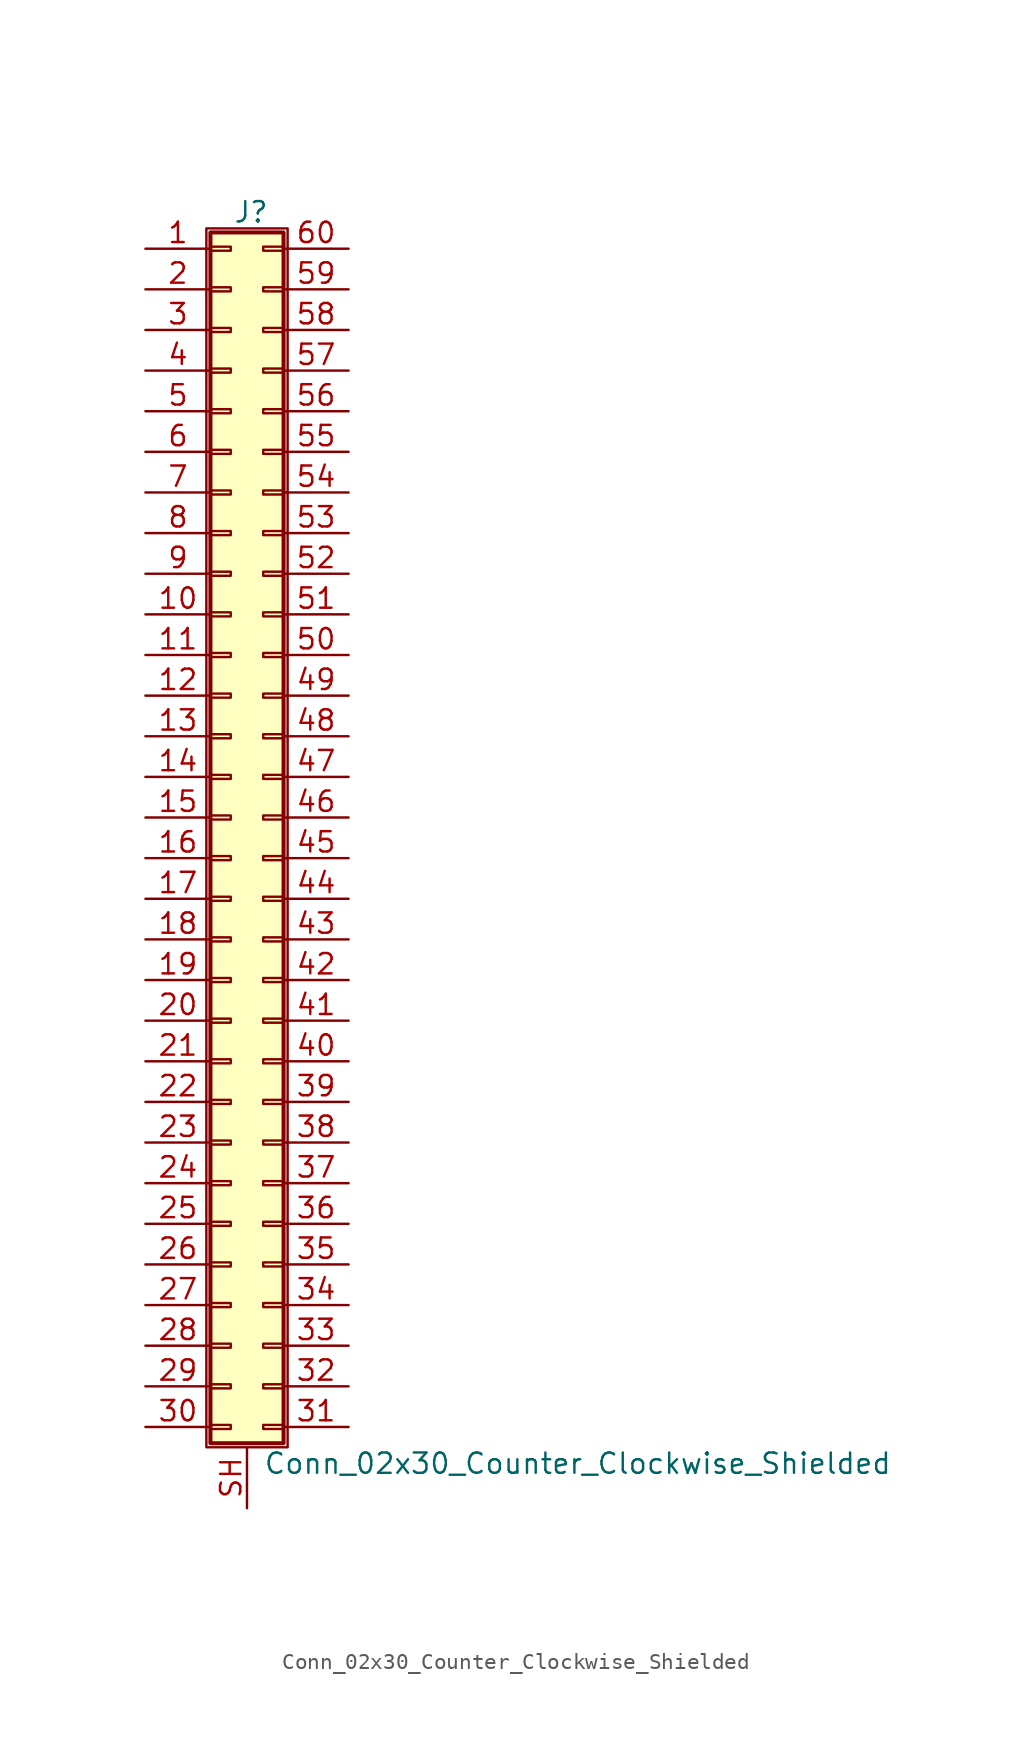
<source format=kicad_sym>
(kicad_symbol_lib
  (version 20201005)
  (generator kicad_symbol_editor)
  (symbol "Conn_02x30_Counter_Clockwise_Shielded"
    (pin_names
      (offset 1.016) hide)
    (property "Reference" "J"
      (at 1.524 37.846 0)
      (effects (font (size 1.27 1.27))))
    (property "Value" "Conn_02x30_Counter_Clockwise_Shielded"
      (at 2.286 -40.386 0)
      (effects (font (size 1.27 1.27)) (justify left)))
    (symbol "Conn_02x30_Counter_Clockwise_Shielded_1_1"
      (rectangle (start -1.27 36.83) (end 3.81 -39.37) (stroke (width 0.152)) (fill (type none)))
      (rectangle (start -1.016 -37.973) (end 0.254 -38.227) (stroke (width 0.152)) (fill (type none)))
      (rectangle (start -1.016 -35.433) (end 0.254 -35.687) (stroke (width 0.152)) (fill (type none)))
      (rectangle (start -1.016 -32.893) (end 0.254 -33.147) (stroke (width 0.152)) (fill (type none)))
      (rectangle (start -1.016 -30.353) (end 0.254 -30.607) (stroke (width 0.152)) (fill (type none)))
      (rectangle (start -1.016 -27.813) (end 0.254 -28.067) (stroke (width 0.152)) (fill (type none)))
      (rectangle (start -1.016 -25.273) (end 0.254 -25.527) (stroke (width 0.152)) (fill (type none)))
      (rectangle (start -1.016 -22.733) (end 0.254 -22.987) (stroke (width 0.152)) (fill (type none)))
      (rectangle (start -1.016 -20.193) (end 0.254 -20.447) (stroke (width 0.152)) (fill (type none)))
      (rectangle (start -1.016 -17.653) (end 0.254 -17.907) (stroke (width 0.152)) (fill (type none)))
      (rectangle (start -1.016 -15.113) (end 0.254 -15.367) (stroke (width 0.152)) (fill (type none)))
      (rectangle (start -1.016 -12.573) (end 0.254 -12.827) (stroke (width 0.152)) (fill (type none)))
      (rectangle (start -1.016 -10.033) (end 0.254 -10.287) (stroke (width 0.152)) (fill (type none)))
      (rectangle (start -1.016 -7.493) (end 0.254 -7.747) (stroke (width 0.152)) (fill (type none)))
      (rectangle (start -1.016 -4.953) (end 0.254 -5.207) (stroke (width 0.152)) (fill (type none)))
      (rectangle (start -1.016 -2.413) (end 0.254 -2.667) (stroke (width 0.152)) (fill (type none)))
      (rectangle (start -1.016 0.127) (end 0.254 -0.127) (stroke (width 0.152)) (fill (type none)))
      (rectangle (start -1.016 2.667) (end 0.254 2.413) (stroke (width 0.152)) (fill (type none)))
      (rectangle (start -1.016 5.207) (end 0.254 4.953) (stroke (width 0.152)) (fill (type none)))
      (rectangle (start -1.016 7.747) (end 0.254 7.493) (stroke (width 0.152)) (fill (type none)))
      (rectangle (start -1.016 10.287) (end 0.254 10.033) (stroke (width 0.152)) (fill (type none)))
      (rectangle (start -1.016 12.827) (end 0.254 12.573) (stroke (width 0.152)) (fill (type none)))
      (rectangle (start -1.016 15.367) (end 0.254 15.113) (stroke (width 0.152)) (fill (type none)))
      (rectangle (start -1.016 17.907) (end 0.254 17.653) (stroke (width 0.152)) (fill (type none)))
      (rectangle (start -1.016 20.447) (end 0.254 20.193) (stroke (width 0.152)) (fill (type none)))
      (rectangle (start -1.016 22.987) (end 0.254 22.733) (stroke (width 0.152)) (fill (type none)))
      (rectangle (start -1.016 25.527) (end 0.254 25.273) (stroke (width 0.152)) (fill (type none)))
      (rectangle (start -1.016 28.067) (end 0.254 27.813) (stroke (width 0.152)) (fill (type none)))
      (rectangle (start -1.016 30.607) (end 0.254 30.353) (stroke (width 0.152)) (fill (type none)))
      (rectangle (start -1.016 33.147) (end 0.254 32.893) (stroke (width 0.152)) (fill (type none)))
      (rectangle (start -1.016 35.687) (end 0.254 35.433) (stroke (width 0.152)) (fill (type none)))
      (rectangle (start -1.016 36.576) (end 3.556 -39.116) (stroke (width 0.254)) (fill (type background)))
      (rectangle (start 3.556 -37.973) (end 2.286 -38.227) (stroke (width 0.152)) (fill (type none)))
      (rectangle (start 3.556 -35.433) (end 2.286 -35.687) (stroke (width 0.152)) (fill (type none)))
      (rectangle (start 3.556 -32.893) (end 2.286 -33.147) (stroke (width 0.152)) (fill (type none)))
      (rectangle (start 3.556 -30.353) (end 2.286 -30.607) (stroke (width 0.152)) (fill (type none)))
      (rectangle (start 3.556 -27.813) (end 2.286 -28.067) (stroke (width 0.152)) (fill (type none)))
      (rectangle (start 3.556 -25.273) (end 2.286 -25.527) (stroke (width 0.152)) (fill (type none)))
      (rectangle (start 3.556 -22.733) (end 2.286 -22.987) (stroke (width 0.152)) (fill (type none)))
      (rectangle (start 3.556 -20.193) (end 2.286 -20.447) (stroke (width 0.152)) (fill (type none)))
      (rectangle (start 3.556 -17.653) (end 2.286 -17.907) (stroke (width 0.152)) (fill (type none)))
      (rectangle (start 3.556 -15.113) (end 2.286 -15.367) (stroke (width 0.152)) (fill (type none)))
      (rectangle (start 3.556 -12.573) (end 2.286 -12.827) (stroke (width 0.152)) (fill (type none)))
      (rectangle (start 3.556 -10.033) (end 2.286 -10.287) (stroke (width 0.152)) (fill (type none)))
      (rectangle (start 3.556 -7.493) (end 2.286 -7.747) (stroke (width 0.152)) (fill (type none)))
      (rectangle (start 3.556 -4.953) (end 2.286 -5.207) (stroke (width 0.152)) (fill (type none)))
      (rectangle (start 3.556 -2.413) (end 2.286 -2.667) (stroke (width 0.152)) (fill (type none)))
      (rectangle (start 3.556 0.127) (end 2.286 -0.127) (stroke (width 0.152)) (fill (type none)))
      (rectangle (start 3.556 2.667) (end 2.286 2.413) (stroke (width 0.152)) (fill (type none)))
      (rectangle (start 3.556 5.207) (end 2.286 4.953) (stroke (width 0.152)) (fill (type none)))
      (rectangle (start 3.556 7.747) (end 2.286 7.493) (stroke (width 0.152)) (fill (type none)))
      (rectangle (start 3.556 10.287) (end 2.286 10.033) (stroke (width 0.152)) (fill (type none)))
      (rectangle (start 3.556 12.827) (end 2.286 12.573) (stroke (width 0.152)) (fill (type none)))
      (rectangle (start 3.556 15.367) (end 2.286 15.113) (stroke (width 0.152)) (fill (type none)))
      (rectangle (start 3.556 17.907) (end 2.286 17.653) (stroke (width 0.152)) (fill (type none)))
      (rectangle (start 3.556 20.447) (end 2.286 20.193) (stroke (width 0.152)) (fill (type none)))
      (rectangle (start 3.556 22.987) (end 2.286 22.733) (stroke (width 0.152)) (fill (type none)))
      (rectangle (start 3.556 25.527) (end 2.286 25.273) (stroke (width 0.152)) (fill (type none)))
      (rectangle (start 3.556 28.067) (end 2.286 27.813) (stroke (width 0.152)) (fill (type none)))
      (rectangle (start 3.556 30.607) (end 2.286 30.353) (stroke (width 0.152)) (fill (type none)))
      (rectangle (start 3.556 33.147) (end 2.286 32.893) (stroke (width 0.152)) (fill (type none)))
      (rectangle (start 3.556 35.687) (end 2.286 35.433) (stroke (width 0.152)) (fill (type none)))
      (pin passive line (at -5.08 35.56 0) (length 4.064) (name "Pin_1" (effects (font (size 1.27 1.27)))) (number "1" (effects (font (size 1.27 1.27)))))
      (pin passive line (at -5.08 12.7 0) (length 4.064) (name "Pin_10" (effects (font (size 1.27 1.27)))) (number "10" (effects (font (size 1.27 1.27)))))
      (pin passive line (at -5.08 10.16 0) (length 4.064) (name "Pin_11" (effects (font (size 1.27 1.27)))) (number "11" (effects (font (size 1.27 1.27)))))
      (pin passive line (at -5.08 7.62 0) (length 4.064) (name "Pin_12" (effects (font (size 1.27 1.27)))) (number "12" (effects (font (size 1.27 1.27)))))
      (pin passive line (at -5.08 5.08 0) (length 4.064) (name "Pin_13" (effects (font (size 1.27 1.27)))) (number "13" (effects (font (size 1.27 1.27)))))
      (pin passive line (at -5.08 2.54 0) (length 4.064) (name "Pin_14" (effects (font (size 1.27 1.27)))) (number "14" (effects (font (size 1.27 1.27)))))
      (pin passive line (at -5.08 0 0) (length 4.064) (name "Pin_15" (effects (font (size 1.27 1.27)))) (number "15" (effects (font (size 1.27 1.27)))))
      (pin passive line (at -5.08 -2.54 0) (length 4.064) (name "Pin_16" (effects (font (size 1.27 1.27)))) (number "16" (effects (font (size 1.27 1.27)))))
      (pin passive line (at -5.08 -5.08 0) (length 4.064) (name "Pin_17" (effects (font (size 1.27 1.27)))) (number "17" (effects (font (size 1.27 1.27)))))
      (pin passive line (at -5.08 -7.62 0) (length 4.064) (name "Pin_18" (effects (font (size 1.27 1.27)))) (number "18" (effects (font (size 1.27 1.27)))))
      (pin passive line (at -5.08 -10.16 0) (length 4.064) (name "Pin_19" (effects (font (size 1.27 1.27)))) (number "19" (effects (font (size 1.27 1.27)))))
      (pin passive line (at -5.08 33.02 0) (length 4.064) (name "Pin_2" (effects (font (size 1.27 1.27)))) (number "2" (effects (font (size 1.27 1.27)))))
      (pin passive line (at -5.08 -12.7 0) (length 4.064) (name "Pin_20" (effects (font (size 1.27 1.27)))) (number "20" (effects (font (size 1.27 1.27)))))
      (pin passive line (at -5.08 -15.24 0) (length 4.064) (name "Pin_21" (effects (font (size 1.27 1.27)))) (number "21" (effects (font (size 1.27 1.27)))))
      (pin passive line (at -5.08 -17.78 0) (length 4.064) (name "Pin_22" (effects (font (size 1.27 1.27)))) (number "22" (effects (font (size 1.27 1.27)))))
      (pin passive line (at -5.08 -20.32 0) (length 4.064) (name "Pin_23" (effects (font (size 1.27 1.27)))) (number "23" (effects (font (size 1.27 1.27)))))
      (pin passive line (at -5.08 -22.86 0) (length 4.064) (name "Pin_24" (effects (font (size 1.27 1.27)))) (number "24" (effects (font (size 1.27 1.27)))))
      (pin passive line (at -5.08 -25.4 0) (length 4.064) (name "Pin_25" (effects (font (size 1.27 1.27)))) (number "25" (effects (font (size 1.27 1.27)))))
      (pin passive line (at -5.08 -27.94 0) (length 4.064) (name "Pin_26" (effects (font (size 1.27 1.27)))) (number "26" (effects (font (size 1.27 1.27)))))
      (pin passive line (at -5.08 -30.48 0) (length 4.064) (name "Pin_27" (effects (font (size 1.27 1.27)))) (number "27" (effects (font (size 1.27 1.27)))))
      (pin passive line (at -5.08 -33.02 0) (length 4.064) (name "Pin_28" (effects (font (size 1.27 1.27)))) (number "28" (effects (font (size 1.27 1.27)))))
      (pin passive line (at -5.08 -35.56 0) (length 4.064) (name "Pin_29" (effects (font (size 1.27 1.27)))) (number "29" (effects (font (size 1.27 1.27)))))
      (pin passive line (at -5.08 30.48 0) (length 4.064) (name "Pin_3" (effects (font (size 1.27 1.27)))) (number "3" (effects (font (size 1.27 1.27)))))
      (pin passive line (at -5.08 -38.1 0) (length 4.064) (name "Pin_30" (effects (font (size 1.27 1.27)))) (number "30" (effects (font (size 1.27 1.27)))))
      (pin passive line (at 7.62 -38.1 180) (length 4.064) (name "Pin_31" (effects (font (size 1.27 1.27)))) (number "31" (effects (font (size 1.27 1.27)))))
      (pin passive line (at 7.62 -35.56 180) (length 4.064) (name "Pin_32" (effects (font (size 1.27 1.27)))) (number "32" (effects (font (size 1.27 1.27)))))
      (pin passive line (at 7.62 -33.02 180) (length 4.064) (name "Pin_33" (effects (font (size 1.27 1.27)))) (number "33" (effects (font (size 1.27 1.27)))))
      (pin passive line (at 7.62 -30.48 180) (length 4.064) (name "Pin_34" (effects (font (size 1.27 1.27)))) (number "34" (effects (font (size 1.27 1.27)))))
      (pin passive line (at 7.62 -27.94 180) (length 4.064) (name "Pin_35" (effects (font (size 1.27 1.27)))) (number "35" (effects (font (size 1.27 1.27)))))
      (pin passive line (at 7.62 -25.4 180) (length 4.064) (name "Pin_36" (effects (font (size 1.27 1.27)))) (number "36" (effects (font (size 1.27 1.27)))))
      (pin passive line (at 7.62 -22.86 180) (length 4.064) (name "Pin_37" (effects (font (size 1.27 1.27)))) (number "37" (effects (font (size 1.27 1.27)))))
      (pin passive line (at 7.62 -20.32 180) (length 4.064) (name "Pin_38" (effects (font (size 1.27 1.27)))) (number "38" (effects (font (size 1.27 1.27)))))
      (pin passive line (at 7.62 -17.78 180) (length 4.064) (name "Pin_39" (effects (font (size 1.27 1.27)))) (number "39" (effects (font (size 1.27 1.27)))))
      (pin passive line (at -5.08 27.94 0) (length 4.064) (name "Pin_4" (effects (font (size 1.27 1.27)))) (number "4" (effects (font (size 1.27 1.27)))))
      (pin passive line (at 7.62 -15.24 180) (length 4.064) (name "Pin_40" (effects (font (size 1.27 1.27)))) (number "40" (effects (font (size 1.27 1.27)))))
      (pin passive line (at 7.62 -12.7 180) (length 4.064) (name "Pin_41" (effects (font (size 1.27 1.27)))) (number "41" (effects (font (size 1.27 1.27)))))
      (pin passive line (at 7.62 -10.16 180) (length 4.064) (name "Pin_42" (effects (font (size 1.27 1.27)))) (number "42" (effects (font (size 1.27 1.27)))))
      (pin passive line (at 7.62 -7.62 180) (length 4.064) (name "Pin_43" (effects (font (size 1.27 1.27)))) (number "43" (effects (font (size 1.27 1.27)))))
      (pin passive line (at 7.62 -5.08 180) (length 4.064) (name "Pin_44" (effects (font (size 1.27 1.27)))) (number "44" (effects (font (size 1.27 1.27)))))
      (pin passive line (at 7.62 -2.54 180) (length 4.064) (name "Pin_45" (effects (font (size 1.27 1.27)))) (number "45" (effects (font (size 1.27 1.27)))))
      (pin passive line (at 7.62 0 180) (length 4.064) (name "Pin_46" (effects (font (size 1.27 1.27)))) (number "46" (effects (font (size 1.27 1.27)))))
      (pin passive line (at 7.62 2.54 180) (length 4.064) (name "Pin_47" (effects (font (size 1.27 1.27)))) (number "47" (effects (font (size 1.27 1.27)))))
      (pin passive line (at 7.62 5.08 180) (length 4.064) (name "Pin_48" (effects (font (size 1.27 1.27)))) (number "48" (effects (font (size 1.27 1.27)))))
      (pin passive line (at 7.62 7.62 180) (length 4.064) (name "Pin_49" (effects (font (size 1.27 1.27)))) (number "49" (effects (font (size 1.27 1.27)))))
      (pin passive line (at -5.08 25.4 0) (length 4.064) (name "Pin_5" (effects (font (size 1.27 1.27)))) (number "5" (effects (font (size 1.27 1.27)))))
      (pin passive line (at 7.62 10.16 180) (length 4.064) (name "Pin_50" (effects (font (size 1.27 1.27)))) (number "50" (effects (font (size 1.27 1.27)))))
      (pin passive line (at 7.62 12.7 180) (length 4.064) (name "Pin_51" (effects (font (size 1.27 1.27)))) (number "51" (effects (font (size 1.27 1.27)))))
      (pin passive line (at 7.62 15.24 180) (length 4.064) (name "Pin_52" (effects (font (size 1.27 1.27)))) (number "52" (effects (font (size 1.27 1.27)))))
      (pin passive line (at 7.62 17.78 180) (length 4.064) (name "Pin_53" (effects (font (size 1.27 1.27)))) (number "53" (effects (font (size 1.27 1.27)))))
      (pin passive line (at 7.62 20.32 180) (length 4.064) (name "Pin_54" (effects (font (size 1.27 1.27)))) (number "54" (effects (font (size 1.27 1.27)))))
      (pin passive line (at 7.62 22.86 180) (length 4.064) (name "Pin_55" (effects (font (size 1.27 1.27)))) (number "55" (effects (font (size 1.27 1.27)))))
      (pin passive line (at 7.62 25.4 180) (length 4.064) (name "Pin_56" (effects (font (size 1.27 1.27)))) (number "56" (effects (font (size 1.27 1.27)))))
      (pin passive line (at 7.62 27.94 180) (length 4.064) (name "Pin_57" (effects (font (size 1.27 1.27)))) (number "57" (effects (font (size 1.27 1.27)))))
      (pin passive line (at 7.62 30.48 180) (length 4.064) (name "Pin_58" (effects (font (size 1.27 1.27)))) (number "58" (effects (font (size 1.27 1.27)))))
      (pin passive line (at 7.62 33.02 180) (length 4.064) (name "Pin_59" (effects (font (size 1.27 1.27)))) (number "59" (effects (font (size 1.27 1.27)))))
      (pin passive line (at -5.08 22.86 0) (length 4.064) (name "Pin_6" (effects (font (size 1.27 1.27)))) (number "6" (effects (font (size 1.27 1.27)))))
      (pin passive line (at 7.62 35.56 180) (length 4.064) (name "Pin_60" (effects (font (size 1.27 1.27)))) (number "60" (effects (font (size 1.27 1.27)))))
      (pin passive line (at -5.08 20.32 0) (length 4.064) (name "Pin_7" (effects (font (size 1.27 1.27)))) (number "7" (effects (font (size 1.27 1.27)))))
      (pin passive line (at -5.08 17.78 0) (length 4.064) (name "Pin_8" (effects (font (size 1.27 1.27)))) (number "8" (effects (font (size 1.27 1.27)))))
      (pin passive line (at -5.08 15.24 0) (length 4.064) (name "Pin_9" (effects (font (size 1.27 1.27)))) (number "9" (effects (font (size 1.27 1.27)))))
      (pin passive line (at 1.27 -43.18 90) (length 3.81) (name "Shield" (effects (font (size 1.27 1.27)))) (number "SH" (effects (font (size 1.27 1.27))))))))
</source>
